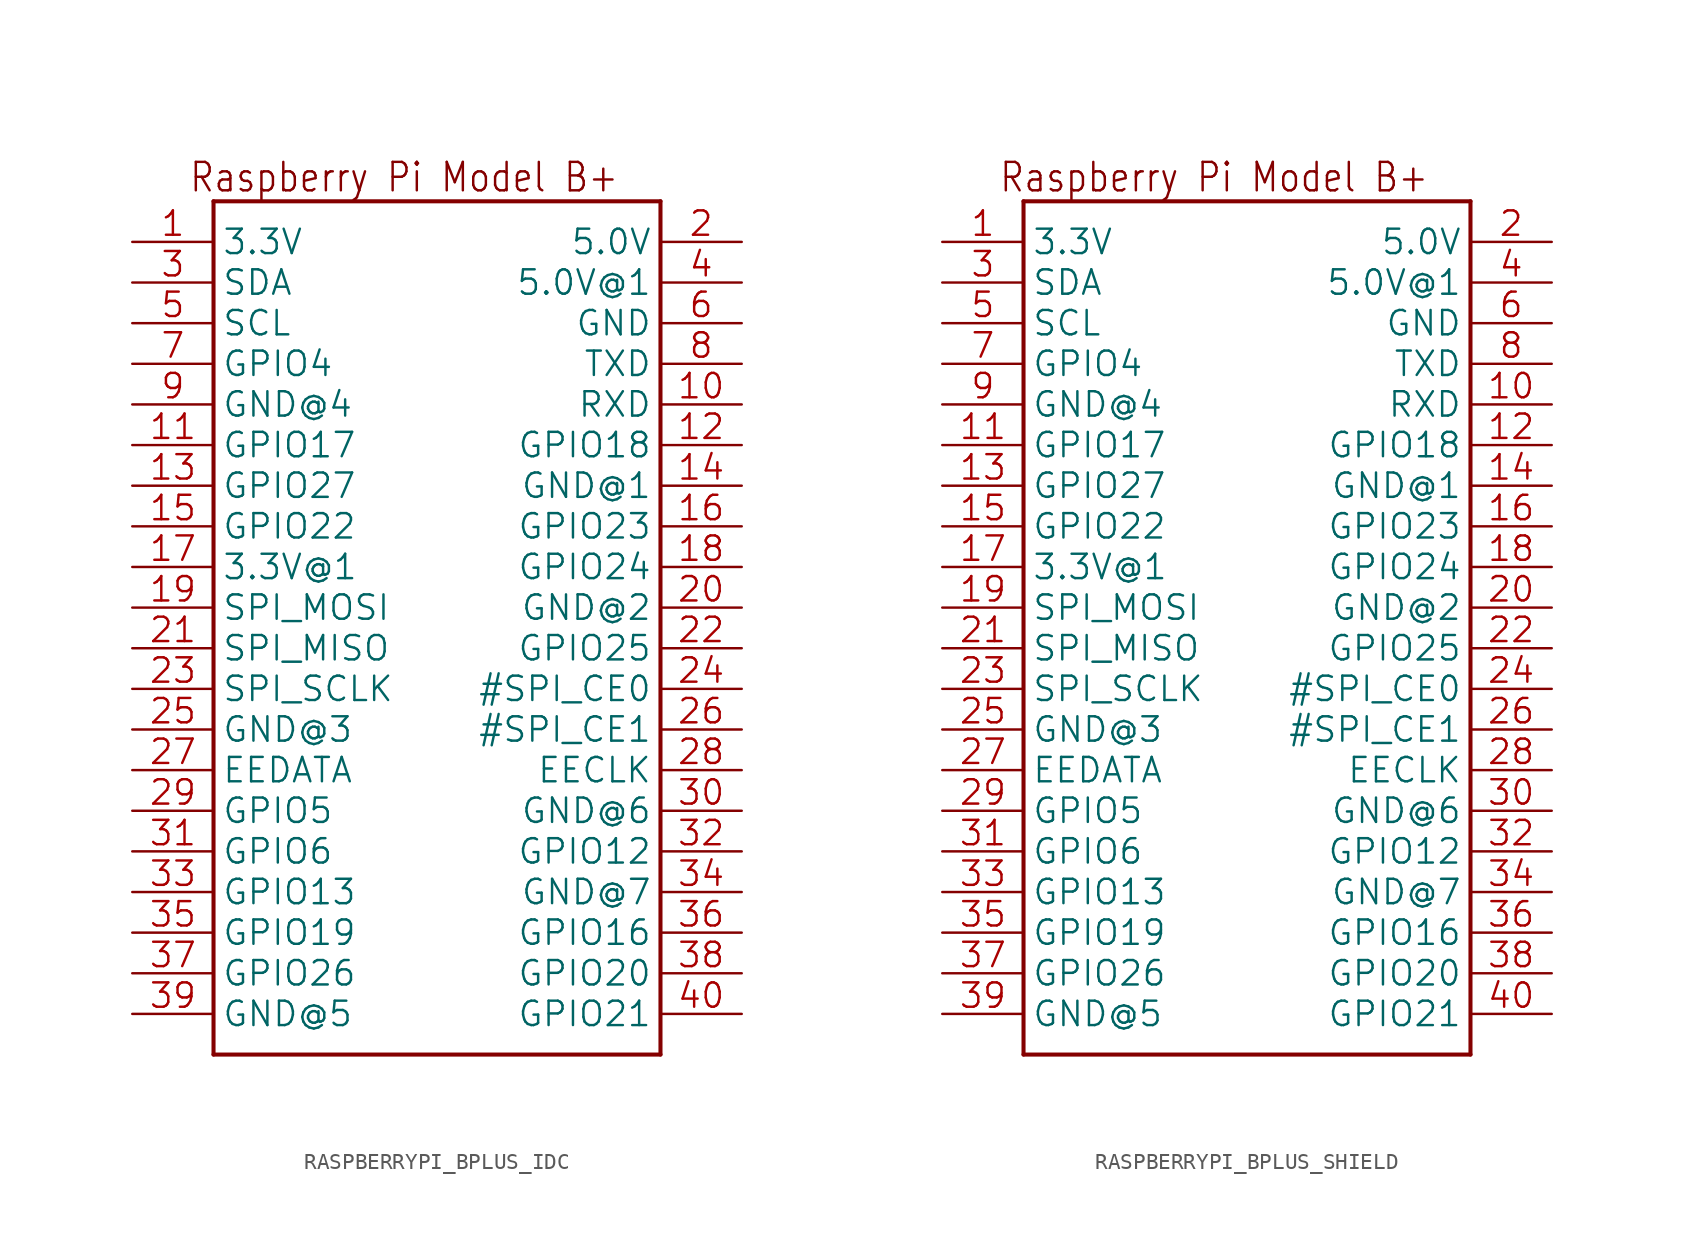
<source format=kicad_sym>
(kicad_symbol_lib
  (version 20241209)
  (generator "kicad_symbol_editor")
  (generator_version "9.0")
  (symbol "RASPBERRYPI_BPLUS_IDC"
    (property "Reference" "RPI"
      (at 0 0 0)
      (effects (font (size 1.27 1.27)) (hide yes)))
    (property "ki_locked" ""
      (at 0 0 0)
      (effects (font (size 1.27 1.27))))
    (symbol "RASPBERRYPI_BPLUS_IDC_1_0"
      (polyline (pts (xy -12.7 22.86) (xy 15.24 22.86)) (stroke (width 0.254) (type solid)) (fill (type none)))
      (polyline (pts (xy -12.7 -30.48) (xy -12.7 22.86)) (stroke (width 0.254) (type solid)) (fill (type none)))
      (polyline (pts (xy 15.24 22.86) (xy 15.24 -30.48)) (stroke (width 0.254) (type solid)) (fill (type none)))
      (polyline (pts (xy 15.24 -30.48) (xy -12.7 -30.48)) (stroke (width 0.254) (type solid)) (fill (type none)))
      (text "Raspberry Pi Model B+" (at 12.7 25.4 0) (effects (font (size 1.778 1.511)) (justify right top)))
      (pin power_in line (at -17.78 20.32 0) (length 5.08) (name "3.3V" (effects (font (size 1.524 1.524)))) (number "1" (effects (font (size 1.524 1.524)))))
      (pin bidirectional line (at -17.78 17.78 0) (length 5.08) (name "SDA" (effects (font (size 1.524 1.524)))) (number "3" (effects (font (size 1.524 1.524)))))
      (pin bidirectional line (at -17.78 15.24 0) (length 5.08) (name "SCL" (effects (font (size 1.524 1.524)))) (number "5" (effects (font (size 1.524 1.524)))))
      (pin bidirectional line (at -17.78 12.7 0) (length 5.08) (name "GPIO4" (effects (font (size 1.524 1.524)))) (number "7" (effects (font (size 1.524 1.524)))))
      (pin power_in line (at -17.78 10.16 0) (length 5.08) (name "GND@4" (effects (font (size 1.524 1.524)))) (number "9" (effects (font (size 1.524 1.524)))))
      (pin bidirectional line (at -17.78 7.62 0) (length 5.08) (name "GPIO17" (effects (font (size 1.524 1.524)))) (number "11" (effects (font (size 1.524 1.524)))))
      (pin bidirectional line (at -17.78 5.08 0) (length 5.08) (name "GPIO27" (effects (font (size 1.524 1.524)))) (number "13" (effects (font (size 1.524 1.524)))))
      (pin bidirectional line (at -17.78 2.54 0) (length 5.08) (name "GPIO22" (effects (font (size 1.524 1.524)))) (number "15" (effects (font (size 1.524 1.524)))))
      (pin power_in line (at -17.78 0 0) (length 5.08) (name "3.3V@1" (effects (font (size 1.524 1.524)))) (number "17" (effects (font (size 1.524 1.524)))))
      (pin bidirectional line (at -17.78 -2.54 0) (length 5.08) (name "SPI_MOSI" (effects (font (size 1.524 1.524)))) (number "19" (effects (font (size 1.524 1.524)))))
      (pin bidirectional line (at -17.78 -5.08 0) (length 5.08) (name "SPI_MISO" (effects (font (size 1.524 1.524)))) (number "21" (effects (font (size 1.524 1.524)))))
      (pin bidirectional line (at -17.78 -7.62 0) (length 5.08) (name "SPI_SCLK" (effects (font (size 1.524 1.524)))) (number "23" (effects (font (size 1.524 1.524)))))
      (pin power_in line (at -17.78 -10.16 0) (length 5.08) (name "GND@3" (effects (font (size 1.524 1.524)))) (number "25" (effects (font (size 1.524 1.524)))))
      (pin bidirectional line (at -17.78 -12.7 0) (length 5.08) (name "EEDATA" (effects (font (size 1.524 1.524)))) (number "27" (effects (font (size 1.524 1.524)))))
      (pin bidirectional line (at -17.78 -15.24 0) (length 5.08) (name "GPIO5" (effects (font (size 1.524 1.524)))) (number "29" (effects (font (size 1.524 1.524)))))
      (pin bidirectional line (at -17.78 -17.78 0) (length 5.08) (name "GPIO6" (effects (font (size 1.524 1.524)))) (number "31" (effects (font (size 1.524 1.524)))))
      (pin bidirectional line (at -17.78 -20.32 0) (length 5.08) (name "GPIO13" (effects (font (size 1.524 1.524)))) (number "33" (effects (font (size 1.524 1.524)))))
      (pin bidirectional line (at -17.78 -22.86 0) (length 5.08) (name "GPIO19" (effects (font (size 1.524 1.524)))) (number "35" (effects (font (size 1.524 1.524)))))
      (pin bidirectional line (at -17.78 -25.4 0) (length 5.08) (name "GPIO26" (effects (font (size 1.524 1.524)))) (number "37" (effects (font (size 1.524 1.524)))))
      (pin power_in line (at -17.78 -27.94 0) (length 5.08) (name "GND@5" (effects (font (size 1.524 1.524)))) (number "39" (effects (font (size 1.524 1.524)))))
      (pin power_in line (at 20.32 20.32 180) (length 5.08) (name "5.0V" (effects (font (size 1.524 1.524)))) (number "2" (effects (font (size 1.524 1.524)))))
      (pin power_in line (at 20.32 17.78 180) (length 5.08) (name "5.0V@1" (effects (font (size 1.524 1.524)))) (number "4" (effects (font (size 1.524 1.524)))))
      (pin power_in line (at 20.32 15.24 180) (length 5.08) (name "GND" (effects (font (size 1.524 1.524)))) (number "6" (effects (font (size 1.524 1.524)))))
      (pin bidirectional line (at 20.32 12.7 180) (length 5.08) (name "TXD" (effects (font (size 1.524 1.524)))) (number "8" (effects (font (size 1.524 1.524)))))
      (pin bidirectional line (at 20.32 10.16 180) (length 5.08) (name "RXD" (effects (font (size 1.524 1.524)))) (number "10" (effects (font (size 1.524 1.524)))))
      (pin bidirectional line (at 20.32 7.62 180) (length 5.08) (name "GPIO18" (effects (font (size 1.524 1.524)))) (number "12" (effects (font (size 1.524 1.524)))))
      (pin power_in line (at 20.32 5.08 180) (length 5.08) (name "GND@1" (effects (font (size 1.524 1.524)))) (number "14" (effects (font (size 1.524 1.524)))))
      (pin bidirectional line (at 20.32 2.54 180) (length 5.08) (name "GPIO23" (effects (font (size 1.524 1.524)))) (number "16" (effects (font (size 1.524 1.524)))))
      (pin bidirectional line (at 20.32 0 180) (length 5.08) (name "GPIO24" (effects (font (size 1.524 1.524)))) (number "18" (effects (font (size 1.524 1.524)))))
      (pin power_in line (at 20.32 -2.54 180) (length 5.08) (name "GND@2" (effects (font (size 1.524 1.524)))) (number "20" (effects (font (size 1.524 1.524)))))
      (pin bidirectional line (at 20.32 -5.08 180) (length 5.08) (name "GPIO25" (effects (font (size 1.524 1.524)))) (number "22" (effects (font (size 1.524 1.524)))))
      (pin bidirectional line (at 20.32 -7.62 180) (length 5.08) (name "#SPI_CE0" (effects (font (size 1.524 1.524)))) (number "24" (effects (font (size 1.524 1.524)))))
      (pin bidirectional line (at 20.32 -10.16 180) (length 5.08) (name "#SPI_CE1" (effects (font (size 1.524 1.524)))) (number "26" (effects (font (size 1.524 1.524)))))
      (pin bidirectional line (at 20.32 -12.7 180) (length 5.08) (name "EECLK" (effects (font (size 1.524 1.524)))) (number "28" (effects (font (size 1.524 1.524)))))
      (pin power_in line (at 20.32 -15.24 180) (length 5.08) (name "GND@6" (effects (font (size 1.524 1.524)))) (number "30" (effects (font (size 1.524 1.524)))))
      (pin bidirectional line (at 20.32 -17.78 180) (length 5.08) (name "GPIO12" (effects (font (size 1.524 1.524)))) (number "32" (effects (font (size 1.524 1.524)))))
      (pin power_in line (at 20.32 -20.32 180) (length 5.08) (name "GND@7" (effects (font (size 1.524 1.524)))) (number "34" (effects (font (size 1.524 1.524)))))
      (pin bidirectional line (at 20.32 -22.86 180) (length 5.08) (name "GPIO16" (effects (font (size 1.524 1.524)))) (number "36" (effects (font (size 1.524 1.524)))))
      (pin bidirectional line (at 20.32 -25.4 180) (length 5.08) (name "GPIO20" (effects (font (size 1.524 1.524)))) (number "38" (effects (font (size 1.524 1.524)))))
      (pin bidirectional line (at 20.32 -27.94 180) (length 5.08) (name "GPIO21" (effects (font (size 1.524 1.524)))) (number "40" (effects (font (size 1.524 1.524)))))))
  (symbol "RASPBERRYPI_BPLUS_SHIELD"
    (property "Reference" "RPI"
      (at 0 0 0)
      (effects (font (size 1.27 1.27)) (hide yes)))
    (property "ki_locked" ""
      (at 0 0 0)
      (effects (font (size 1.27 1.27))))
    (symbol "RASPBERRYPI_BPLUS_SHIELD_1_0"
      (polyline (pts (xy -12.7 22.86) (xy 15.24 22.86)) (stroke (width 0.254) (type solid)) (fill (type none)))
      (polyline (pts (xy -12.7 -30.48) (xy -12.7 22.86)) (stroke (width 0.254) (type solid)) (fill (type none)))
      (polyline (pts (xy 15.24 22.86) (xy 15.24 -30.48)) (stroke (width 0.254) (type solid)) (fill (type none)))
      (polyline (pts (xy 15.24 -30.48) (xy -12.7 -30.48)) (stroke (width 0.254) (type solid)) (fill (type none)))
      (text "Raspberry Pi Model B+" (at 12.7 25.4 0) (effects (font (size 1.778 1.511)) (justify right top)))
      (pin power_in line (at -17.78 20.32 0) (length 5.08) (name "3.3V" (effects (font (size 1.524 1.524)))) (number "1" (effects (font (size 1.524 1.524)))))
      (pin bidirectional line (at -17.78 17.78 0) (length 5.08) (name "SDA" (effects (font (size 1.524 1.524)))) (number "3" (effects (font (size 1.524 1.524)))))
      (pin bidirectional line (at -17.78 15.24 0) (length 5.08) (name "SCL" (effects (font (size 1.524 1.524)))) (number "5" (effects (font (size 1.524 1.524)))))
      (pin bidirectional line (at -17.78 12.7 0) (length 5.08) (name "GPIO4" (effects (font (size 1.524 1.524)))) (number "7" (effects (font (size 1.524 1.524)))))
      (pin power_in line (at -17.78 10.16 0) (length 5.08) (name "GND@4" (effects (font (size 1.524 1.524)))) (number "9" (effects (font (size 1.524 1.524)))))
      (pin bidirectional line (at -17.78 7.62 0) (length 5.08) (name "GPIO17" (effects (font (size 1.524 1.524)))) (number "11" (effects (font (size 1.524 1.524)))))
      (pin bidirectional line (at -17.78 5.08 0) (length 5.08) (name "GPIO27" (effects (font (size 1.524 1.524)))) (number "13" (effects (font (size 1.524 1.524)))))
      (pin bidirectional line (at -17.78 2.54 0) (length 5.08) (name "GPIO22" (effects (font (size 1.524 1.524)))) (number "15" (effects (font (size 1.524 1.524)))))
      (pin power_in line (at -17.78 0 0) (length 5.08) (name "3.3V@1" (effects (font (size 1.524 1.524)))) (number "17" (effects (font (size 1.524 1.524)))))
      (pin bidirectional line (at -17.78 -2.54 0) (length 5.08) (name "SPI_MOSI" (effects (font (size 1.524 1.524)))) (number "19" (effects (font (size 1.524 1.524)))))
      (pin bidirectional line (at -17.78 -5.08 0) (length 5.08) (name "SPI_MISO" (effects (font (size 1.524 1.524)))) (number "21" (effects (font (size 1.524 1.524)))))
      (pin bidirectional line (at -17.78 -7.62 0) (length 5.08) (name "SPI_SCLK" (effects (font (size 1.524 1.524)))) (number "23" (effects (font (size 1.524 1.524)))))
      (pin power_in line (at -17.78 -10.16 0) (length 5.08) (name "GND@3" (effects (font (size 1.524 1.524)))) (number "25" (effects (font (size 1.524 1.524)))))
      (pin bidirectional line (at -17.78 -12.7 0) (length 5.08) (name "EEDATA" (effects (font (size 1.524 1.524)))) (number "27" (effects (font (size 1.524 1.524)))))
      (pin bidirectional line (at -17.78 -15.24 0) (length 5.08) (name "GPIO5" (effects (font (size 1.524 1.524)))) (number "29" (effects (font (size 1.524 1.524)))))
      (pin bidirectional line (at -17.78 -17.78 0) (length 5.08) (name "GPIO6" (effects (font (size 1.524 1.524)))) (number "31" (effects (font (size 1.524 1.524)))))
      (pin bidirectional line (at -17.78 -20.32 0) (length 5.08) (name "GPIO13" (effects (font (size 1.524 1.524)))) (number "33" (effects (font (size 1.524 1.524)))))
      (pin bidirectional line (at -17.78 -22.86 0) (length 5.08) (name "GPIO19" (effects (font (size 1.524 1.524)))) (number "35" (effects (font (size 1.524 1.524)))))
      (pin bidirectional line (at -17.78 -25.4 0) (length 5.08) (name "GPIO26" (effects (font (size 1.524 1.524)))) (number "37" (effects (font (size 1.524 1.524)))))
      (pin power_in line (at -17.78 -27.94 0) (length 5.08) (name "GND@5" (effects (font (size 1.524 1.524)))) (number "39" (effects (font (size 1.524 1.524)))))
      (pin power_in line (at 20.32 20.32 180) (length 5.08) (name "5.0V" (effects (font (size 1.524 1.524)))) (number "2" (effects (font (size 1.524 1.524)))))
      (pin power_in line (at 20.32 17.78 180) (length 5.08) (name "5.0V@1" (effects (font (size 1.524 1.524)))) (number "4" (effects (font (size 1.524 1.524)))))
      (pin power_in line (at 20.32 15.24 180) (length 5.08) (name "GND" (effects (font (size 1.524 1.524)))) (number "6" (effects (font (size 1.524 1.524)))))
      (pin bidirectional line (at 20.32 12.7 180) (length 5.08) (name "TXD" (effects (font (size 1.524 1.524)))) (number "8" (effects (font (size 1.524 1.524)))))
      (pin bidirectional line (at 20.32 10.16 180) (length 5.08) (name "RXD" (effects (font (size 1.524 1.524)))) (number "10" (effects (font (size 1.524 1.524)))))
      (pin bidirectional line (at 20.32 7.62 180) (length 5.08) (name "GPIO18" (effects (font (size 1.524 1.524)))) (number "12" (effects (font (size 1.524 1.524)))))
      (pin power_in line (at 20.32 5.08 180) (length 5.08) (name "GND@1" (effects (font (size 1.524 1.524)))) (number "14" (effects (font (size 1.524 1.524)))))
      (pin bidirectional line (at 20.32 2.54 180) (length 5.08) (name "GPIO23" (effects (font (size 1.524 1.524)))) (number "16" (effects (font (size 1.524 1.524)))))
      (pin bidirectional line (at 20.32 0 180) (length 5.08) (name "GPIO24" (effects (font (size 1.524 1.524)))) (number "18" (effects (font (size 1.524 1.524)))))
      (pin power_in line (at 20.32 -2.54 180) (length 5.08) (name "GND@2" (effects (font (size 1.524 1.524)))) (number "20" (effects (font (size 1.524 1.524)))))
      (pin bidirectional line (at 20.32 -5.08 180) (length 5.08) (name "GPIO25" (effects (font (size 1.524 1.524)))) (number "22" (effects (font (size 1.524 1.524)))))
      (pin bidirectional line (at 20.32 -7.62 180) (length 5.08) (name "#SPI_CE0" (effects (font (size 1.524 1.524)))) (number "24" (effects (font (size 1.524 1.524)))))
      (pin bidirectional line (at 20.32 -10.16 180) (length 5.08) (name "#SPI_CE1" (effects (font (size 1.524 1.524)))) (number "26" (effects (font (size 1.524 1.524)))))
      (pin bidirectional line (at 20.32 -12.7 180) (length 5.08) (name "EECLK" (effects (font (size 1.524 1.524)))) (number "28" (effects (font (size 1.524 1.524)))))
      (pin power_in line (at 20.32 -15.24 180) (length 5.08) (name "GND@6" (effects (font (size 1.524 1.524)))) (number "30" (effects (font (size 1.524 1.524)))))
      (pin bidirectional line (at 20.32 -17.78 180) (length 5.08) (name "GPIO12" (effects (font (size 1.524 1.524)))) (number "32" (effects (font (size 1.524 1.524)))))
      (pin power_in line (at 20.32 -20.32 180) (length 5.08) (name "GND@7" (effects (font (size 1.524 1.524)))) (number "34" (effects (font (size 1.524 1.524)))))
      (pin bidirectional line (at 20.32 -22.86 180) (length 5.08) (name "GPIO16" (effects (font (size 1.524 1.524)))) (number "36" (effects (font (size 1.524 1.524)))))
      (pin bidirectional line (at 20.32 -25.4 180) (length 5.08) (name "GPIO20" (effects (font (size 1.524 1.524)))) (number "38" (effects (font (size 1.524 1.524)))))
      (pin bidirectional line (at 20.32 -27.94 180) (length 5.08) (name "GPIO21" (effects (font (size 1.524 1.524)))) (number "40" (effects (font (size 1.524 1.524))))))))
</source>
